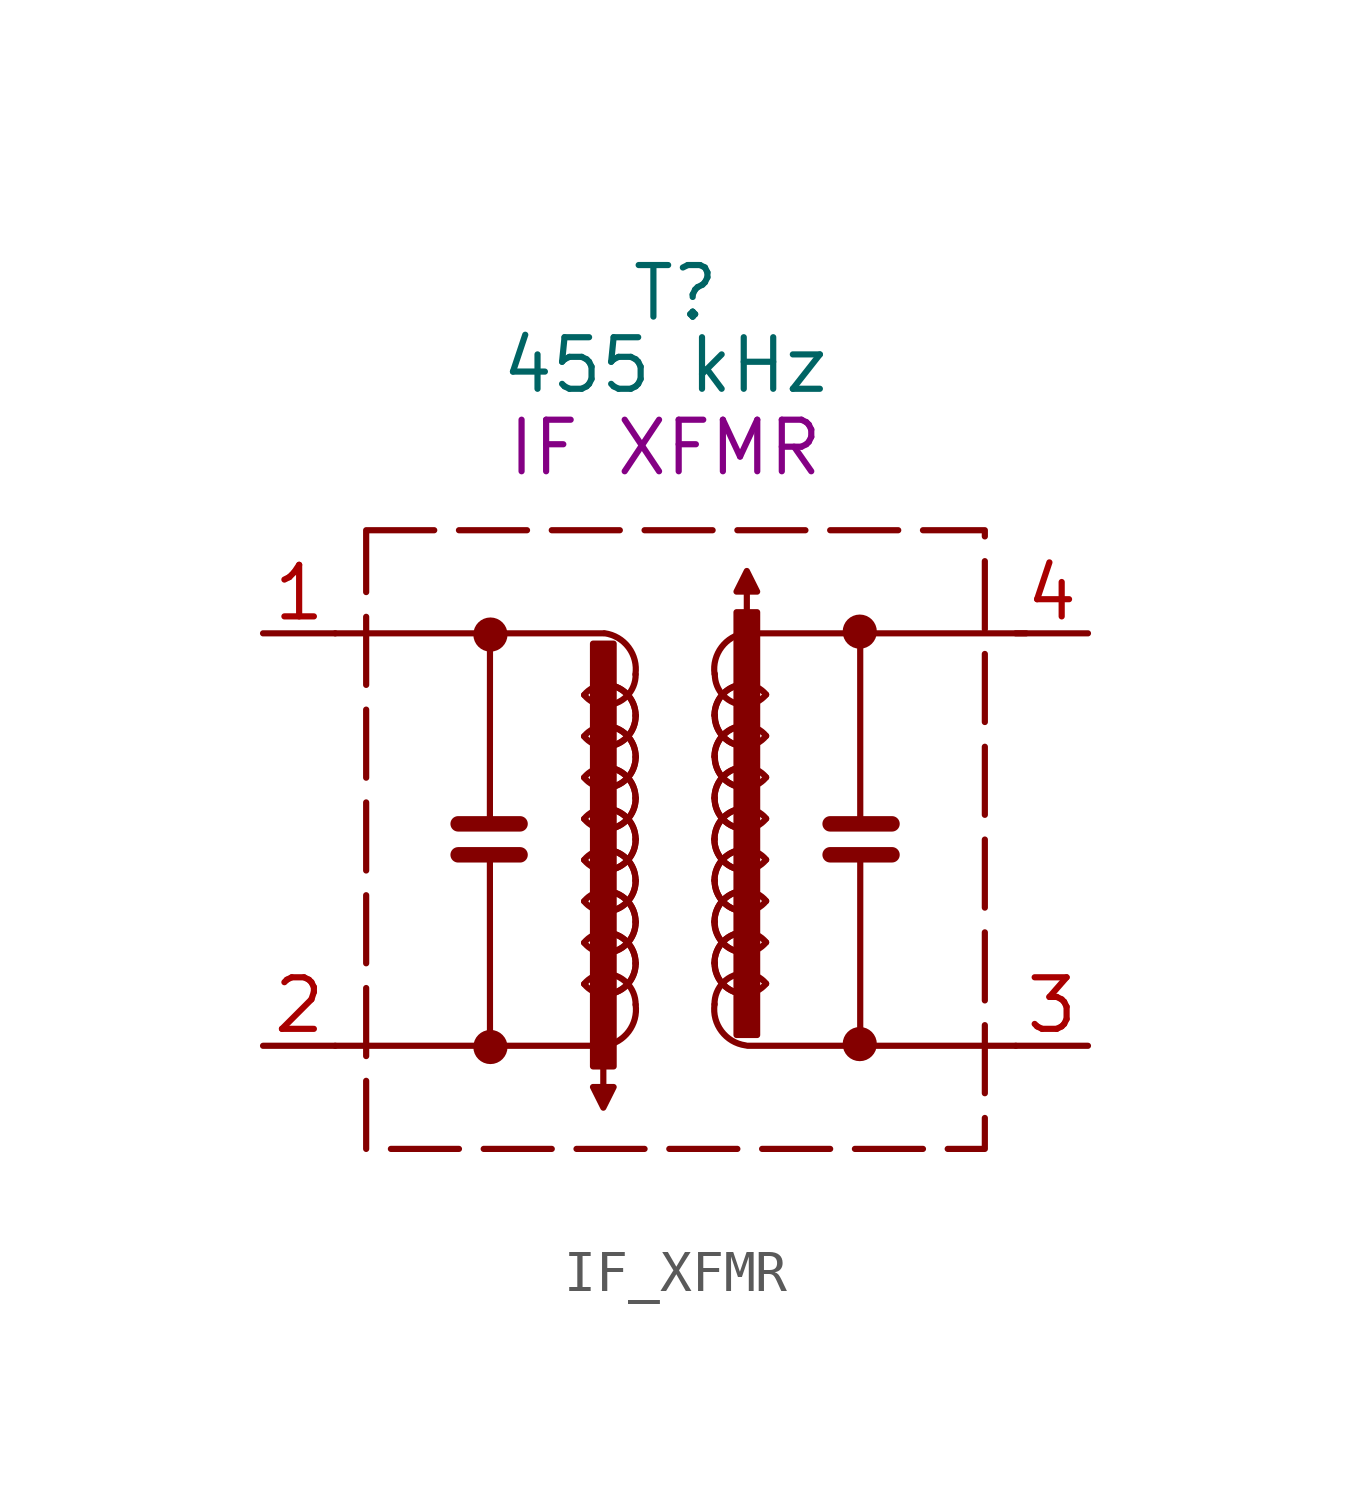
<source format=kicad_sym>
(kicad_symbol_lib
  (version 20231120)
  (generator "kicad_symbol_editor")
  (generator_version "8.0")
  (symbol "IF_XFMR"
    (property "Reference" "T"
      (at 0 13.462 0)
      (effects (font (size 1.27 1.27))))
    (property "Value" "455 kHz"
      (at -0.254 11.684 0)
      (effects (font (size 1.27 1.27))))
    (property "Description" "IF XFMR"
      (at -0.254 9.652 0)
      (effects (font (size 1.27 1.27))))
    (symbol "IF_XFMR_0_1"
      (polyline (pts (xy -4.572 -0.508) (xy -4.57 -4.984)) (stroke (width 0) (type default)) (fill (type none)))
      (polyline (pts (xy -4.57 5.176) (xy -4.572 0.508)) (stroke (width 0) (type default)) (fill (type none)))
      (polyline (pts (xy -3.829 -0.376) (xy -5.354 -0.376)) (stroke (width 0.381) (type default)) (fill (type none)))
      (polyline (pts (xy 3.809 0.387) (xy 5.333 0.387)) (stroke (width 0.381) (type default)) (fill (type none)))
      (polyline (pts (xy 4.55 -5.164) (xy 4.551 -0.496)) (stroke (width 0) (type default)) (fill (type none)))
      (polyline (pts (xy 4.551 0.52) (xy 4.55 4.996)) (stroke (width 0) (type default)) (fill (type none))))
    (symbol "IF_XFMR_1_1"
      (rectangle (start -7.62 7.62) (end 7.62 -7.62) (stroke (width 0) (type dash)) (fill (type none)))
      (circle (center -4.559 -5.11) (radius 0.345) (stroke (width 0) (type default)) (fill (type outline)))
      (circle (center -4.559 5.05) (radius 0.345) (stroke (width 0) (type default)) (fill (type outline)))
      (arc (start -2.2519 -3.5581) (mid -2.0254 -3.7402) (end -1.7439 -3.8121) (stroke (width 0) (type default)) (fill (type none)))
      (arc (start -2.2519 -2.5401) (mid -2.0254 -2.7222) (end -1.7439 -2.7941) (stroke (width 0) (type default)) (fill (type none)))
      (arc (start -2.2519 -1.5201) (mid -2.0254 -1.7022) (end -1.7439 -1.7741) (stroke (width 0) (type default)) (fill (type none)))
      (arc (start -2.2519 -0.5021) (mid -2.0254 -0.6842) (end -1.7439 -0.7561) (stroke (width 0) (type default)) (fill (type none)))
      (arc (start -2.2519 0.5099) (mid -2.0254 0.3278) (end -1.7439 0.2559) (stroke (width 0) (type default)) (fill (type none)))
      (arc (start -2.2519 1.5279) (mid -2.0254 1.3458) (end -1.7439 1.2739) (stroke (width 0) (type default)) (fill (type none)))
      (arc (start -2.2519 2.5439) (mid -2.0254 2.3618) (end -1.7439 2.2899) (stroke (width 0) (type default)) (fill (type none)))
      (arc (start -2.2519 3.5619) (mid -2.0254 3.3798) (end -1.7439 3.3079) (stroke (width 0) (type default)) (fill (type none)))
      (rectangle (start -2.032 4.826) (end -1.524 -5.588) (stroke (width 0) (type default)) (fill (type outline)))
      (arc (start -1.744 -5.0782) (mid -1.1546 -4.7292) (end -0.9819 -4.0663) (stroke (width 0) (type default)) (fill (type none)))
      (arc (start -1.7439 -3.8121) (mid -1.2029 -3.5917) (end -0.9818 -3.05) (stroke (width 0) (type default)) (fill (type none)))
      (arc (start -1.7439 -3.8103) (mid -1.2065 -3.5868) (end -0.9819 -3.0483) (stroke (width 0) (type default)) (fill (type none)))
      (arc (start -1.7439 -3.3043) (mid -2.0255 -3.3762) (end -2.2519 -3.5583) (stroke (width 0) (type default)) (fill (type none)))
      (arc (start -1.7439 -2.7941) (mid -1.2022 -2.5738) (end -0.9818 -2.032) (stroke (width 0) (type default)) (fill (type none)))
      (arc (start -1.7439 -2.7903) (mid -1.2058 -2.567) (end -0.9819 -2.0283) (stroke (width 0) (type default)) (fill (type none)))
      (arc (start -1.7439 -2.2863) (mid -2.0255 -2.3582) (end -2.2519 -2.5403) (stroke (width 0) (type default)) (fill (type none)))
      (arc (start -1.7439 -1.7741) (mid -1.2015 -1.5539) (end -0.9818 -1.012) (stroke (width 0) (type default)) (fill (type none)))
      (arc (start -1.7439 -1.7723) (mid -1.2051 -1.5491) (end -0.9819 -1.0103) (stroke (width 0) (type default)) (fill (type none)))
      (arc (start -1.7439 -1.2663) (mid -2.0255 -1.3382) (end -2.2519 -1.5203) (stroke (width 0) (type default)) (fill (type none)))
      (arc (start -1.7439 -0.7603) (mid -1.2051 -0.5371) (end -0.9819 0.0017) (stroke (width 0) (type default)) (fill (type none)))
      (arc (start -1.7439 -0.7561) (mid -1.2019 -0.5361) (end -0.9818 0.006) (stroke (width 0) (type default)) (fill (type none)))
      (arc (start -1.7439 -0.2483) (mid -2.0255 -0.3202) (end -2.2519 -0.5023) (stroke (width 0) (type default)) (fill (type none)))
      (arc (start -1.7439 0.2559) (mid -1.2024 0.4765) (end -0.9818 1.018) (stroke (width 0) (type default)) (fill (type none)))
      (arc (start -1.7439 0.2577) (mid -1.2058 0.481) (end -0.9819 1.0197) (stroke (width 0) (type default)) (fill (type none)))
      (arc (start -1.7439 0.7637) (mid -2.0254 0.6918) (end -2.2519 0.5097) (stroke (width 0) (type default)) (fill (type none)))
      (arc (start -1.7439 1.2737) (mid -1.2058 1.497) (end -0.9819 2.0357) (stroke (width 0) (type default)) (fill (type none)))
      (arc (start -1.7439 1.2739) (mid -1.2015 1.4941) (end -0.9818 2.036) (stroke (width 0) (type default)) (fill (type none)))
      (arc (start -1.7439 1.7817) (mid -2.0255 1.7098) (end -2.2519 1.5277) (stroke (width 0) (type default)) (fill (type none)))
      (arc (start -1.7439 2.2899) (mid -1.2015 2.5101) (end -0.9818 3.052) (stroke (width 0) (type default)) (fill (type none)))
      (arc (start -1.7439 2.2917) (mid -1.2051 2.5149) (end -0.9819 3.0537) (stroke (width 0) (type default)) (fill (type none)))
      (arc (start -1.7439 2.7977) (mid -2.0255 2.7258) (end -2.2519 2.5437) (stroke (width 0) (type default)) (fill (type none)))
      (arc (start -1.7439 3.3079) (mid -1.2015 3.5278) (end -0.9818 4.07) (stroke (width 0) (type default)) (fill (type none)))
      (arc (start -1.7439 3.8157) (mid -2.0255 3.7438) (end -2.2519 3.5617) (stroke (width 0) (type default)) (fill (type none)))
      (arc (start -0.9818 -4.0664) (mid -1.2029 -3.5253) (end -1.7439 -3.3043) (stroke (width 0) (type default)) (fill (type none)))
      (arc (start -0.9819 -3.0501) (mid -1.2051 -2.5113) (end -1.7439 -2.2881) (stroke (width 0) (type default)) (fill (type none)))
      (arc (start -0.9818 -3.0484) (mid -1.2029 -2.5073) (end -1.7439 -2.2863) (stroke (width 0) (type default)) (fill (type none)))
      (arc (start -0.9819 -2.0321) (mid -1.2051 -1.4933) (end -1.7439 -1.2701) (stroke (width 0) (type default)) (fill (type none)))
      (arc (start -0.9818 -2.0284) (mid -1.2027 -1.4877) (end -1.7439 -1.2663) (stroke (width 0) (type default)) (fill (type none)))
      (arc (start -0.9819 -1.0121) (mid -1.2051 -0.4733) (end -1.7439 -0.2501) (stroke (width 0) (type default)) (fill (type none)))
      (arc (start -0.9818 -1.0104) (mid -1.2029 -0.4693) (end -1.7439 -0.2483) (stroke (width 0) (type default)) (fill (type none)))
      (arc (start -0.9818 0.0016) (mid -1.2024 0.5431) (end -1.7439 0.7637) (stroke (width 0) (type default)) (fill (type none)))
      (arc (start -0.9819 0.0059) (mid -1.2051 0.5447) (end -1.7439 0.7679) (stroke (width 0) (type default)) (fill (type none)))
      (arc (start -0.9819 1.0179) (mid -1.2051 1.5567) (end -1.7439 1.7799) (stroke (width 0) (type default)) (fill (type none)))
      (arc (start -0.9818 1.0196) (mid -1.2027 1.5603) (end -1.7439 1.7817) (stroke (width 0) (type default)) (fill (type none)))
      (arc (start -0.9818 2.0356) (mid -1.2029 2.5767) (end -1.7439 2.7977) (stroke (width 0) (type default)) (fill (type none)))
      (arc (start -0.9819 2.0359) (mid -1.2051 2.5747) (end -1.7439 2.7979) (stroke (width 0) (type default)) (fill (type none)))
      (arc (start -0.9819 3.0519) (mid -1.2051 3.5907) (end -1.7439 3.8139) (stroke (width 0) (type default)) (fill (type none)))
      (arc (start -0.9818 3.0536) (mid -1.2029 3.5947) (end -1.7439 3.8157) (stroke (width 0) (type default)) (fill (type none)))
      (arc (start -0.9819 4.0699) (mid -1.1526 4.7343) (end -1.744 5.0818) (stroke (width 0) (type default)) (fill (type none)))
      (polyline (pts (xy -5.354 0.387) (xy -3.829 0.387)) (stroke (width 0.381) (type default)) (fill (type none)))
      (polyline (pts (xy -1.778 -5.588) (xy -1.778 -6.096)) (stroke (width 0) (type default)) (fill (type none)))
      (polyline (pts (xy -1.778 -5.08) (xy -8.382 -5.08)) (stroke (width 0) (type default)) (fill (type none)))
      (polyline (pts (xy -1.778 5.08) (xy -8.382 5.08)) (stroke (width 0) (type default)) (fill (type none)))
      (polyline (pts (xy 1.757 5.6) (xy 1.757 6.108)) (stroke (width 0) (type default)) (fill (type none)))
      (polyline (pts (xy 1.778 -5.08) (xy 8.382 -5.08)) (stroke (width 0) (type default)) (fill (type none)))
      (polyline (pts (xy 1.778 5.08) (xy 8.636 5.08)) (stroke (width 0) (type default)) (fill (type none)))
      (polyline (pts (xy 5.333 -0.375) (xy 3.809 -0.375)) (stroke (width 0.381) (type default)) (fill (type none)))
      (polyline (pts (xy -2.032 -6.096) (xy -1.778 -6.604) (xy -1.524 -6.096) (xy -2.032 -6.096)) (stroke (width 0) (type default)) (fill (type outline)))
      (polyline (pts (xy 2.011 6.108) (xy 1.757 6.616) (xy 1.503 6.108) (xy 2.011 6.108)) (stroke (width 0) (type default)) (fill (type outline)))
      (arc (start 0.9613 -4.058) (mid 1.132 -4.7224) (end 1.7234 -5.0699) (stroke (width 0) (type default)) (fill (type none)))
      (arc (start 0.9612 -3.0417) (mid 1.1823 -3.5827) (end 1.7233 -3.8038) (stroke (width 0) (type default)) (fill (type none)))
      (arc (start 0.9613 -3.04) (mid 1.1845 -3.5788) (end 1.7233 -3.802) (stroke (width 0) (type default)) (fill (type none)))
      (arc (start 0.9613 -2.024) (mid 1.1845 -2.5628) (end 1.7233 -2.786) (stroke (width 0) (type default)) (fill (type none)))
      (arc (start 0.9612 -2.0237) (mid 1.1823 -2.5647) (end 1.7233 -2.7858) (stroke (width 0) (type default)) (fill (type none)))
      (arc (start 0.9612 -1.0077) (mid 1.1823 -1.5487) (end 1.7233 -1.7698) (stroke (width 0) (type default)) (fill (type none)))
      (arc (start 0.9613 -1.006) (mid 1.1845 -1.5448) (end 1.7233 -1.768) (stroke (width 0) (type default)) (fill (type none)))
      (arc (start 0.9613 0.006) (mid 1.1845 -0.5328) (end 1.7233 -0.756) (stroke (width 0) (type default)) (fill (type none)))
      (arc (start 0.9612 0.0103) (mid 1.1818 -0.5312) (end 1.7233 -0.7518) (stroke (width 0) (type default)) (fill (type none)))
      (arc (start 0.9612 1.0223) (mid 1.1823 0.4813) (end 1.7233 0.2602) (stroke (width 0) (type default)) (fill (type none)))
      (arc (start 0.9613 1.024) (mid 1.1845 0.4852) (end 1.7233 0.262) (stroke (width 0) (type default)) (fill (type none)))
      (arc (start 0.9612 2.0403) (mid 1.1823 1.4993) (end 1.7233 1.2782) (stroke (width 0) (type default)) (fill (type none)))
      (arc (start 0.9613 2.044) (mid 1.1845 1.5052) (end 1.7233 1.282) (stroke (width 0) (type default)) (fill (type none)))
      (arc (start 0.9612 3.0603) (mid 1.1823 2.5193) (end 1.7233 2.2982) (stroke (width 0) (type default)) (fill (type none)))
      (arc (start 0.9613 3.062) (mid 1.1845 2.5232) (end 1.7233 2.3) (stroke (width 0) (type default)) (fill (type none)))
      (arc (start 0.9612 4.0783) (mid 1.1823 3.5373) (end 1.7233 3.3162) (stroke (width 0) (type default)) (fill (type none)))
      (arc (start 1.7233 -3.8038) (mid 2.0049 -3.7319) (end 2.2313 -3.5498) (stroke (width 0) (type default)) (fill (type none)))
      (arc (start 1.7233 -3.296) (mid 1.181 -3.5158) (end 0.9612 -4.0581) (stroke (width 0) (type default)) (fill (type none)))
      (arc (start 1.7233 -2.7858) (mid 2.0049 -2.7139) (end 2.2313 -2.5318) (stroke (width 0) (type default)) (fill (type none)))
      (arc (start 1.7233 -2.2798) (mid 1.1845 -2.503) (end 0.9613 -3.0418) (stroke (width 0) (type default)) (fill (type none)))
      (arc (start 1.7233 -2.278) (mid 1.1811 -2.4979) (end 0.9612 -3.0401) (stroke (width 0) (type default)) (fill (type none)))
      (arc (start 1.7233 -1.7698) (mid 2.0049 -1.6979) (end 2.2313 -1.5158) (stroke (width 0) (type default)) (fill (type none)))
      (arc (start 1.7233 -1.262) (mid 1.1811 -1.4819) (end 0.9612 -2.0241) (stroke (width 0) (type default)) (fill (type none)))
      (arc (start 1.7233 -1.2618) (mid 1.1849 -1.4854) (end 0.9613 -2.0238) (stroke (width 0) (type default)) (fill (type none)))
      (arc (start 1.7233 -0.7518) (mid 2.0048 -0.6799) (end 2.2313 -0.4978) (stroke (width 0) (type default)) (fill (type none)))
      (arc (start 1.7233 -0.2458) (mid 1.1849 -0.4694) (end 0.9613 -1.0078) (stroke (width 0) (type default)) (fill (type none)))
      (arc (start 1.7233 -0.244) (mid 1.1818 -0.4646) (end 0.9612 -1.0061) (stroke (width 0) (type default)) (fill (type none)))
      (arc (start 1.7233 0.2602) (mid 2.0049 0.3321) (end 2.2313 0.5142) (stroke (width 0) (type default)) (fill (type none)))
      (arc (start 1.7233 0.768) (mid 1.1813 0.5479) (end 0.9612 0.0059) (stroke (width 0) (type default)) (fill (type none)))
      (arc (start 1.7233 0.7722) (mid 1.1845 0.549) (end 0.9613 0.0102) (stroke (width 0) (type default)) (fill (type none)))
      (arc (start 1.7233 1.2782) (mid 2.0049 1.3501) (end 2.2313 1.5322) (stroke (width 0) (type default)) (fill (type none)))
      (arc (start 1.7233 1.7842) (mid 1.1845 1.561) (end 0.9613 1.0222) (stroke (width 0) (type default)) (fill (type none)))
      (arc (start 1.7233 1.786) (mid 1.1811 1.5661) (end 0.9612 1.0239) (stroke (width 0) (type default)) (fill (type none)))
      (arc (start 1.7233 2.2982) (mid 2.0049 2.3701) (end 2.2313 2.5522) (stroke (width 0) (type default)) (fill (type none)))
      (arc (start 1.7233 2.8022) (mid 1.1849 2.5786) (end 0.9613 2.0402) (stroke (width 0) (type default)) (fill (type none)))
      (arc (start 1.7233 2.806) (mid 1.1816 2.5856) (end 0.9612 2.0439) (stroke (width 0) (type default)) (fill (type none)))
      (arc (start 1.7233 3.3162) (mid 2.0049 3.3881) (end 2.2313 3.5702) (stroke (width 0) (type default)) (fill (type none)))
      (arc (start 1.7233 3.8222) (mid 1.1854 3.5981) (end 0.9613 3.0602) (stroke (width 0) (type default)) (fill (type none)))
      (arc (start 1.7233 3.824) (mid 1.182 3.6032) (end 0.9612 3.0619) (stroke (width 0) (type default)) (fill (type none)))
      (arc (start 1.7234 5.0901) (mid 1.134 4.7411) (end 0.9613 4.0782) (stroke (width 0) (type default)) (fill (type none)))
      (rectangle (start 2.011 -4.814) (end 1.503 5.6) (stroke (width 0) (type default)) (fill (type outline)))
      (arc (start 2.2313 -3.55) (mid 2.0048 -3.3679) (end 1.7233 -3.296) (stroke (width 0) (type default)) (fill (type none)))
      (arc (start 2.2313 -2.532) (mid 2.0048 -2.3499) (end 1.7233 -2.278) (stroke (width 0) (type default)) (fill (type none)))
      (arc (start 2.2313 -1.516) (mid 2.0048 -1.3339) (end 1.7233 -1.262) (stroke (width 0) (type default)) (fill (type none)))
      (arc (start 2.2313 -0.498) (mid 2.0048 -0.3159) (end 1.7233 -0.244) (stroke (width 0) (type default)) (fill (type none)))
      (arc (start 2.2313 0.514) (mid 2.0048 0.6961) (end 1.7233 0.768) (stroke (width 0) (type default)) (fill (type none)))
      (arc (start 2.2313 1.532) (mid 2.0048 1.7141) (end 1.7233 1.786) (stroke (width 0) (type default)) (fill (type none)))
      (arc (start 2.2313 2.552) (mid 2.0048 2.7341) (end 1.7233 2.806) (stroke (width 0) (type default)) (fill (type none)))
      (arc (start 2.2313 3.57) (mid 2.0048 3.7521) (end 1.7233 3.824) (stroke (width 0) (type default)) (fill (type none)))
      (circle (center 4.539 -5.038) (radius 0.345) (stroke (width 0) (type default)) (fill (type outline)))
      (circle (center 4.539 5.122) (radius 0.345) (stroke (width 0) (type default)) (fill (type outline)))
      (pin passive line (at -10.16 5.08 0) (length 1.778) (name "" (effects (font (size 1.27 1.27)))) (number "1" (effects (font (size 1.27 1.27)))))
      (pin passive line (at -10.16 -5.08 0) (length 1.778) (name "" (effects (font (size 1.27 1.27)))) (number "2" (effects (font (size 1.27 1.27)))))
      (pin passive line (at 10.16 -5.08 180) (length 1.778) (name "" (effects (font (size 1.27 1.27)))) (number "3" (effects (font (size 1.27 1.27)))))
      (pin passive line (at 10.16 5.08 180) (length 1.778) (name "" (effects (font (size 1.27 1.27)))) (number "4" (effects (font (size 1.27 1.27))))))))
</source>
